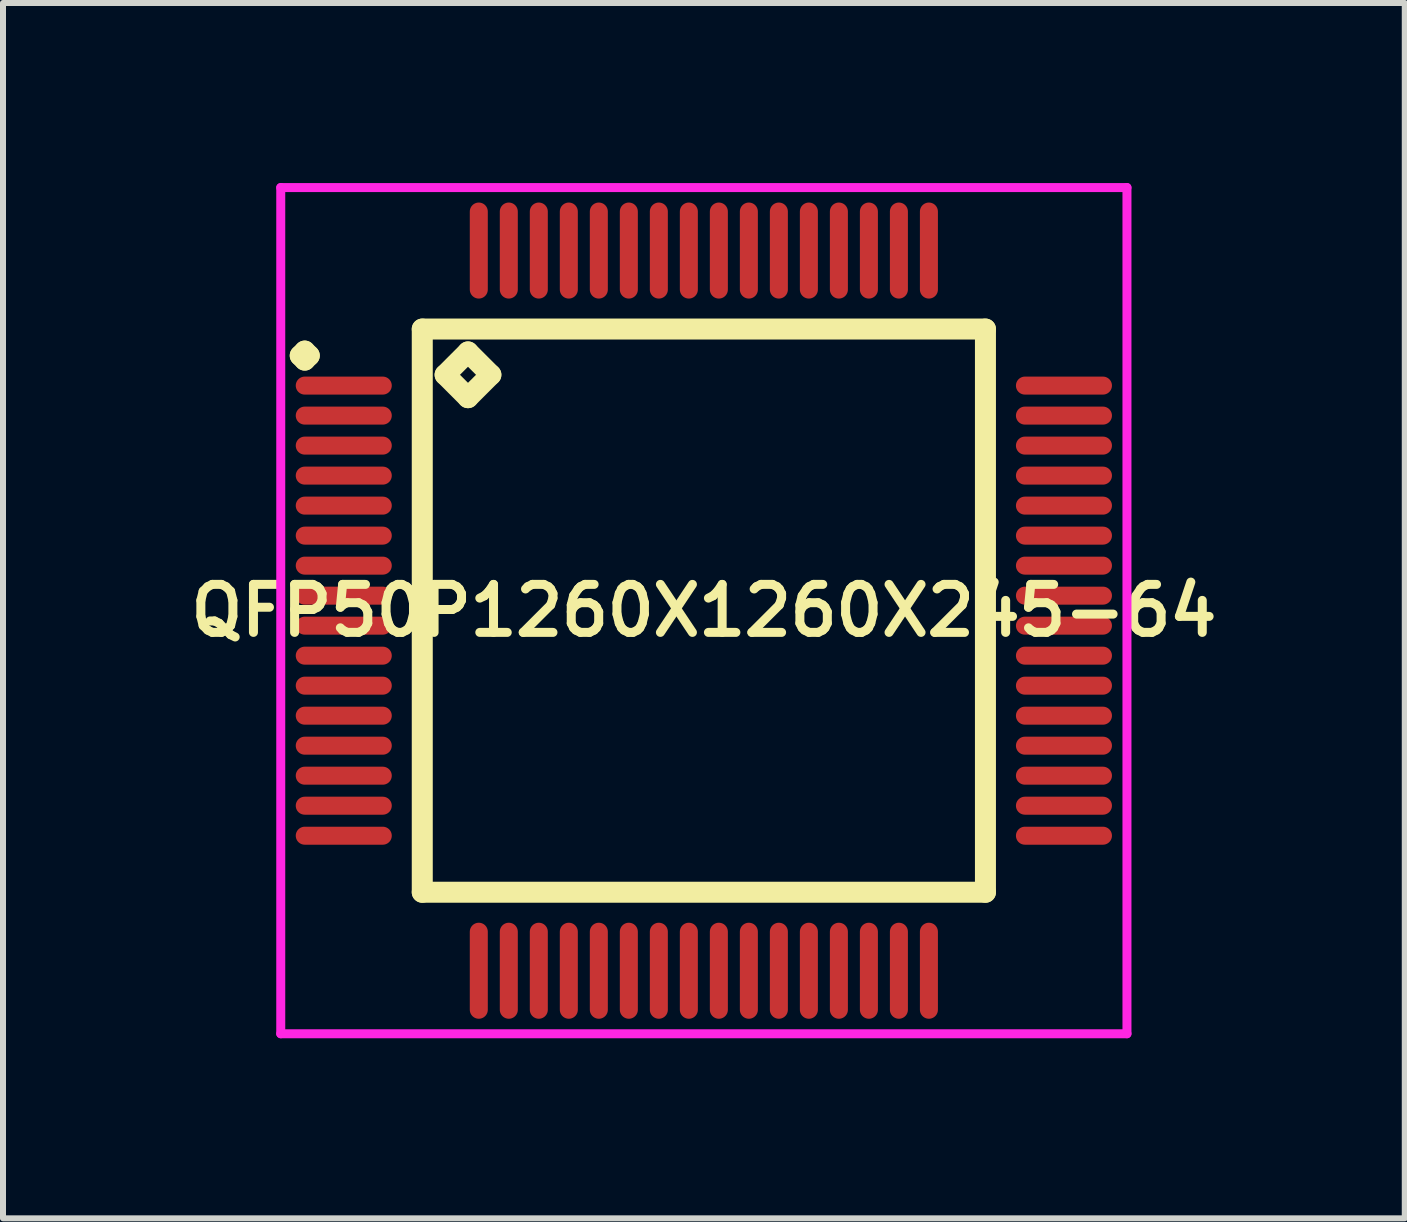
<source format=kicad_pcb>
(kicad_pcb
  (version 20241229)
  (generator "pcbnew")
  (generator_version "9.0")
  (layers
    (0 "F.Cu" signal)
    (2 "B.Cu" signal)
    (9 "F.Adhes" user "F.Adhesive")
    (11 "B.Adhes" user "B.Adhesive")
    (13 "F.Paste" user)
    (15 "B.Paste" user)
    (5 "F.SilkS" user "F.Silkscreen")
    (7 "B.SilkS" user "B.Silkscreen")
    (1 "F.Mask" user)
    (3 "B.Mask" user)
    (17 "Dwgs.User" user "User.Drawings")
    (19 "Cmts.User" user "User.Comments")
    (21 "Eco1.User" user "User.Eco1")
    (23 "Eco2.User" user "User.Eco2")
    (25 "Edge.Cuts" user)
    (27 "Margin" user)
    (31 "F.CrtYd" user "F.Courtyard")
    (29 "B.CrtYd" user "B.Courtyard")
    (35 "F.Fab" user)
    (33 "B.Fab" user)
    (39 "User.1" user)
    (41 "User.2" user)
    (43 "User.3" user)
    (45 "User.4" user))
  (footprint "QFP50P1260X1260X245-64"
    (layer "F.Cu")
    (at 8.678 7.125)
    (property "Reference" "QFP50P1260X1260X245-64" (at 0 0 0) (layer "F.SilkS") (effects (font (size 0.8 0.8) (thickness 0.15))))
    (attr smd)
    (fp_line (start -6.725 -4.25) (end -6.65 -4.325) (stroke (width 0.35) (type solid)) (layer "F.SilkS"))
    (fp_line (start -6.65 -4.325) (end -6.575 -4.25) (stroke (width 0.35) (type solid)) (layer "F.SilkS"))
    (fp_line (start -6.65 -4.175) (end -6.725 -4.25) (stroke (width 0.35) (type solid)) (layer "F.SilkS"))
    (fp_line (start -6.575 -4.25) (end -6.65 -4.175) (stroke (width 0.35) (type solid)) (layer "F.SilkS"))
    (fp_line (start -4.692 -4.692) (end -4.692 4.692) (stroke (width 0.35) (type solid)) (layer "F.SilkS"))
    (fp_line (start -4.692 4.692) (end 4.692 4.692) (stroke (width 0.35) (type solid)) (layer "F.SilkS"))
    (fp_line (start -4.311 -3.93) (end -3.93 -4.311) (stroke (width 0.35) (type solid)) (layer "F.SilkS"))
    (fp_line (start -3.93 -4.311) (end -3.549 -3.93) (stroke (width 0.35) (type solid)) (layer "F.SilkS"))
    (fp_line (start -3.93 -3.549) (end -4.311 -3.93) (stroke (width 0.35) (type solid)) (layer "F.SilkS"))
    (fp_line (start -3.549 -3.93) (end -3.93 -3.549) (stroke (width 0.35) (type solid)) (layer "F.SilkS"))
    (fp_line (start 4.692 -4.692) (end -4.692 -4.692) (stroke (width 0.35) (type solid)) (layer "F.SilkS"))
    (fp_line (start 4.692 4.692) (end 4.692 -4.692) (stroke (width 0.35) (type solid)) (layer "F.SilkS"))
    (fp_line (start -7.05 -7.05) (end 7.05 -7.05) (stroke (width 0.15) (type solid)) (layer "F.CrtYd"))
    (fp_line (start -7.05 7.05) (end -7.05 -7.05) (stroke (width 0.15) (type solid)) (layer "F.CrtYd"))
    (fp_line (start 7.05 -7.05) (end 7.05 7.05) (stroke (width 0.15) (type solid)) (layer "F.CrtYd"))
    (fp_line (start 7.05 7.05) (end -7.05 7.05) (stroke (width 0.15) (type solid)) (layer "F.CrtYd"))
    (pad "1" smd oval (at -6 -3.75) (size 1.6 0.3) (layers "F.Cu" "F.Mask" "F.Paste"))
    (pad "2" smd oval (at -6 -3.25) (size 1.6 0.3) (layers "F.Cu" "F.Mask" "F.Paste"))
    (pad "3" smd oval (at -6 -2.75) (size 1.6 0.3) (layers "F.Cu" "F.Mask" "F.Paste"))
    (pad "4" smd oval (at -6 -2.25) (size 1.6 0.3) (layers "F.Cu" "F.Mask" "F.Paste"))
    (pad "5" smd oval (at -6 -1.75) (size 1.6 0.3) (layers "F.Cu" "F.Mask" "F.Paste"))
    (pad "6" smd oval (at -6 -1.25) (size 1.6 0.3) (layers "F.Cu" "F.Mask" "F.Paste"))
    (pad "7" smd oval (at -6 -0.75) (size 1.6 0.3) (layers "F.Cu" "F.Mask" "F.Paste"))
    (pad "8" smd oval (at -6 -0.25) (size 1.6 0.3) (layers "F.Cu" "F.Mask" "F.Paste"))
    (pad "9" smd oval (at -6 0.25) (size 1.6 0.3) (layers "F.Cu" "F.Mask" "F.Paste"))
    (pad "10" smd oval (at -6 0.75) (size 1.6 0.3) (layers "F.Cu" "F.Mask" "F.Paste"))
    (pad "11" smd oval (at -6 1.25) (size 1.6 0.3) (layers "F.Cu" "F.Mask" "F.Paste"))
    (pad "12" smd oval (at -6 1.75) (size 1.6 0.3) (layers "F.Cu" "F.Mask" "F.Paste"))
    (pad "13" smd oval (at -6 2.25) (size 1.6 0.3) (layers "F.Cu" "F.Mask" "F.Paste"))
    (pad "14" smd oval (at -6 2.75) (size 1.6 0.3) (layers "F.Cu" "F.Mask" "F.Paste"))
    (pad "15" smd oval (at -6 3.25) (size 1.6 0.3) (layers "F.Cu" "F.Mask" "F.Paste"))
    (pad "16" smd oval (at -6 3.75) (size 1.6 0.3) (layers "F.Cu" "F.Mask" "F.Paste"))
    (pad "17" smd oval (at -3.75 6) (size 0.3 1.6) (layers "F.Cu" "F.Mask" "F.Paste"))
    (pad "18" smd oval (at -3.25 6) (size 0.3 1.6) (layers "F.Cu" "F.Mask" "F.Paste"))
    (pad "19" smd oval (at -2.75 6) (size 0.3 1.6) (layers "F.Cu" "F.Mask" "F.Paste"))
    (pad "20" smd oval (at -2.25 6) (size 0.3 1.6) (layers "F.Cu" "F.Mask" "F.Paste"))
    (pad "21" smd oval (at -1.75 6) (size 0.3 1.6) (layers "F.Cu" "F.Mask" "F.Paste"))
    (pad "22" smd oval (at -1.25 6) (size 0.3 1.6) (layers "F.Cu" "F.Mask" "F.Paste"))
    (pad "23" smd oval (at -0.75 6) (size 0.3 1.6) (layers "F.Cu" "F.Mask" "F.Paste"))
    (pad "24" smd oval (at -0.25 6) (size 0.3 1.6) (layers "F.Cu" "F.Mask" "F.Paste"))
    (pad "25" smd oval (at 0.25 6) (size 0.3 1.6) (layers "F.Cu" "F.Mask" "F.Paste"))
    (pad "26" smd oval (at 0.75 6) (size 0.3 1.6) (layers "F.Cu" "F.Mask" "F.Paste"))
    (pad "27" smd oval (at 1.25 6) (size 0.3 1.6) (layers "F.Cu" "F.Mask" "F.Paste"))
    (pad "28" smd oval (at 1.75 6) (size 0.3 1.6) (layers "F.Cu" "F.Mask" "F.Paste"))
    (pad "29" smd oval (at 2.25 6) (size 0.3 1.6) (layers "F.Cu" "F.Mask" "F.Paste"))
    (pad "30" smd oval (at 2.75 6) (size 0.3 1.6) (layers "F.Cu" "F.Mask" "F.Paste"))
    (pad "31" smd oval (at 3.25 6) (size 0.3 1.6) (layers "F.Cu" "F.Mask" "F.Paste"))
    (pad "32" smd oval (at 3.75 6) (size 0.3 1.6) (layers "F.Cu" "F.Mask" "F.Paste"))
    (pad "33" smd oval (at 6 3.75) (size 1.6 0.3) (layers "F.Cu" "F.Mask" "F.Paste"))
    (pad "34" smd oval (at 6 3.25) (size 1.6 0.3) (layers "F.Cu" "F.Mask" "F.Paste"))
    (pad "35" smd oval (at 6 2.75) (size 1.6 0.3) (layers "F.Cu" "F.Mask" "F.Paste"))
    (pad "36" smd oval (at 6 2.25) (size 1.6 0.3) (layers "F.Cu" "F.Mask" "F.Paste"))
    (pad "37" smd oval (at 6 1.75) (size 1.6 0.3) (layers "F.Cu" "F.Mask" "F.Paste"))
    (pad "38" smd oval (at 6 1.25) (size 1.6 0.3) (layers "F.Cu" "F.Mask" "F.Paste"))
    (pad "39" smd oval (at 6 0.75) (size 1.6 0.3) (layers "F.Cu" "F.Mask" "F.Paste"))
    (pad "40" smd oval (at 6 0.25) (size 1.6 0.3) (layers "F.Cu" "F.Mask" "F.Paste"))
    (pad "41" smd oval (at 6 -0.25) (size 1.6 0.3) (layers "F.Cu" "F.Mask" "F.Paste"))
    (pad "42" smd oval (at 6 -0.75) (size 1.6 0.3) (layers "F.Cu" "F.Mask" "F.Paste"))
    (pad "43" smd oval (at 6 -1.25) (size 1.6 0.3) (layers "F.Cu" "F.Mask" "F.Paste"))
    (pad "44" smd oval (at 6 -1.75) (size 1.6 0.3) (layers "F.Cu" "F.Mask" "F.Paste"))
    (pad "45" smd oval (at 6 -2.25) (size 1.6 0.3) (layers "F.Cu" "F.Mask" "F.Paste"))
    (pad "46" smd oval (at 6 -2.75) (size 1.6 0.3) (layers "F.Cu" "F.Mask" "F.Paste"))
    (pad "47" smd oval (at 6 -3.25) (size 1.6 0.3) (layers "F.Cu" "F.Mask" "F.Paste"))
    (pad "48" smd oval (at 6 -3.75) (size 1.6 0.3) (layers "F.Cu" "F.Mask" "F.Paste"))
    (pad "49" smd oval (at 3.75 -6) (size 0.3 1.6) (layers "F.Cu" "F.Mask" "F.Paste"))
    (pad "50" smd oval (at 3.25 -6) (size 0.3 1.6) (layers "F.Cu" "F.Mask" "F.Paste"))
    (pad "51" smd oval (at 2.75 -6) (size 0.3 1.6) (layers "F.Cu" "F.Mask" "F.Paste"))
    (pad "52" smd oval (at 2.25 -6) (size 0.3 1.6) (layers "F.Cu" "F.Mask" "F.Paste"))
    (pad "53" smd oval (at 1.75 -6) (size 0.3 1.6) (layers "F.Cu" "F.Mask" "F.Paste"))
    (pad "54" smd oval (at 1.25 -6) (size 0.3 1.6) (layers "F.Cu" "F.Mask" "F.Paste"))
    (pad "55" smd oval (at 0.75 -6) (size 0.3 1.6) (layers "F.Cu" "F.Mask" "F.Paste"))
    (pad "56" smd oval (at 0.25 -6) (size 0.3 1.6) (layers "F.Cu" "F.Mask" "F.Paste"))
    (pad "57" smd oval (at -0.25 -6) (size 0.3 1.6) (layers "F.Cu" "F.Mask" "F.Paste"))
    (pad "58" smd oval (at -0.75 -6) (size 0.3 1.6) (layers "F.Cu" "F.Mask" "F.Paste"))
    (pad "59" smd oval (at -1.25 -6) (size 0.3 1.6) (layers "F.Cu" "F.Mask" "F.Paste"))
    (pad "60" smd oval (at -1.75 -6) (size 0.3 1.6) (layers "F.Cu" "F.Mask" "F.Paste"))
    (pad "61" smd oval (at -2.25 -6) (size 0.3 1.6) (layers "F.Cu" "F.Mask" "F.Paste"))
    (pad "62" smd oval (at -2.75 -6) (size 0.3 1.6) (layers "F.Cu" "F.Mask" "F.Paste"))
    (pad "63" smd oval (at -3.25 -6) (size 0.3 1.6) (layers "F.Cu" "F.Mask" "F.Paste"))
    (pad "64" smd oval (at -3.75 -6) (size 0.3 1.6) (layers "F.Cu" "F.Mask" "F.Paste")))
  (gr_rect
    (start -3 -3)
    (end 20.357 17.25)
    (stroke (width 0.1) (type default))
    (fill no)
    (layer "Edge.Cuts")))
</source>
